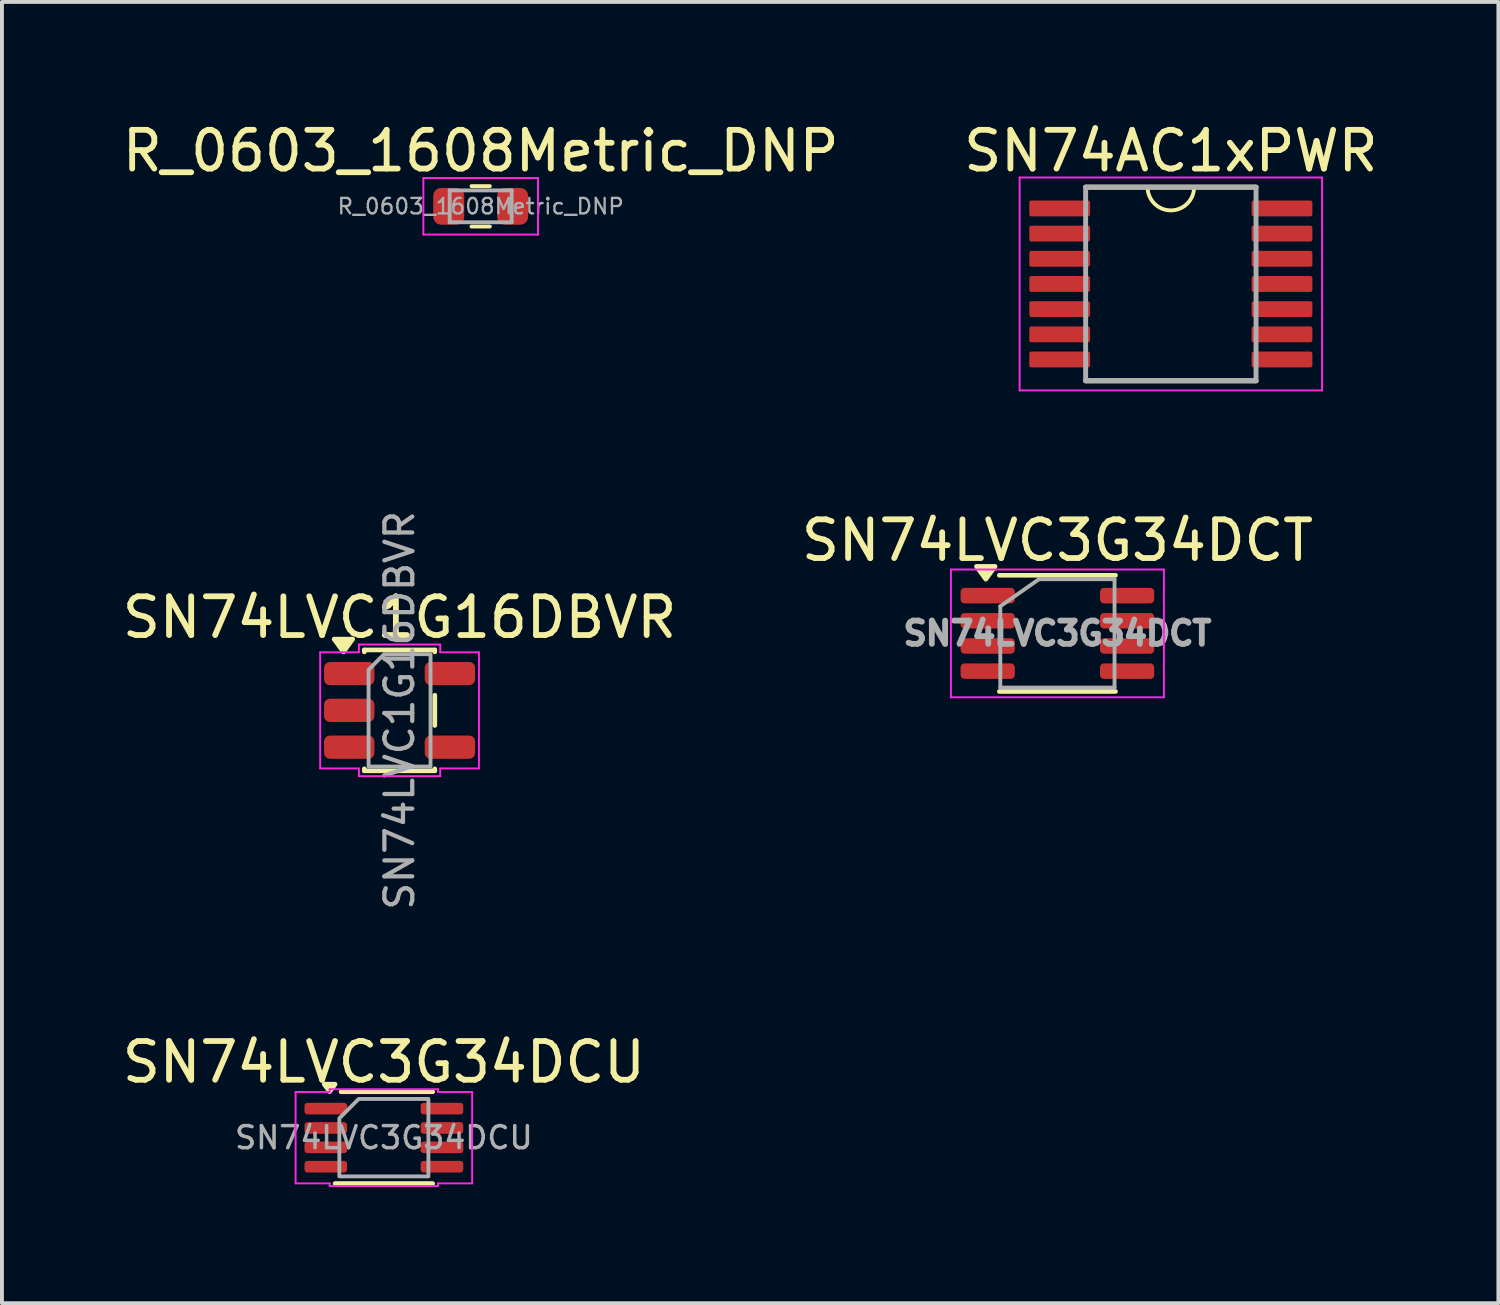
<source format=kicad_pcb>
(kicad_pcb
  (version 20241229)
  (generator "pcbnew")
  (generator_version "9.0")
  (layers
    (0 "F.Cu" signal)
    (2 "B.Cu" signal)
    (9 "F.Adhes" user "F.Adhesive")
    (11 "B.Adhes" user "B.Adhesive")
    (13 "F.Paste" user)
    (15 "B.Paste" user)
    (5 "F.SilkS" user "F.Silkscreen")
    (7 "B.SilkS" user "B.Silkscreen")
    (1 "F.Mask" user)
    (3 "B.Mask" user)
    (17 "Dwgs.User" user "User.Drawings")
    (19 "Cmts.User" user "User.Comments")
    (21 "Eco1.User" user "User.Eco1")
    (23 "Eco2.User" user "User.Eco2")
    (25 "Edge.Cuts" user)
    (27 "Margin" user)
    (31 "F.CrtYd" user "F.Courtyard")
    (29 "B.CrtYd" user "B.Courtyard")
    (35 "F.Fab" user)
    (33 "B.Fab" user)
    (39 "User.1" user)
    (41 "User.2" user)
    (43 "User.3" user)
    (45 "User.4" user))
  (footprint "SN74LVC3G34DCT"
    (layer "F.Cu")
    (at 24.256 13.306)
    (property "Reference" "SN74LVC3G34DCT" (at 0 -2.4 0) (layer "F.SilkS") (effects (font (size 1 1) (thickness 0.15))))
    (attr smd)
    (fp_line (start 1.5 -1.5) (end -1.5 -1.5) (stroke (width 0.12) (type solid)) (layer "F.SilkS"))
    (fp_line (start 1.5 1.5) (end -1.5 1.5) (stroke (width 0.12) (type solid)) (layer "F.SilkS"))
    (fp_poly (pts (xy -1.85 -1.4) (xy -2.09 -1.73) (xy -1.61 -1.73) (xy -1.85 -1.4)) (stroke (width 0.12) (type solid)) (fill yes) (layer "F.SilkS"))
    (fp_line (start -2.75 -1.65) (end 2.75 -1.65) (stroke (width 0.05) (type solid)) (layer "F.CrtYd"))
    (fp_line (start -2.75 1.65) (end -2.75 -1.65) (stroke (width 0.05) (type solid)) (layer "F.CrtYd"))
    (fp_line (start 2.75 -1.65) (end 2.75 1.65) (stroke (width 0.05) (type solid)) (layer "F.CrtYd"))
    (fp_line (start 2.75 1.65) (end -2.75 1.65) (stroke (width 0.05) (type solid)) (layer "F.CrtYd"))
    (fp_line (start -1.475 1.4) (end -1.475 -0.7) (stroke (width 0.1) (type solid)) (layer "F.Fab"))
    (fp_line (start -0.475 -1.4) (end -1.475 -0.7) (stroke (width 0.1) (type solid)) (layer "F.Fab"))
    (fp_line (start -0.475 -1.4) (end 1.475 -1.4) (stroke (width 0.1) (type solid)) (layer "F.Fab"))
    (fp_line (start 1.475 -1.4) (end 1.475 1.4) (stroke (width 0.1) (type solid)) (layer "F.Fab"))
    (fp_line (start 1.475 1.4) (end -1.475 1.4) (stroke (width 0.1) (type solid)) (layer "F.Fab"))
    (fp_text user "${REFERENCE}" (at 0 0 0) (layer "F.Fab") (effects (font (size 0.6 0.6) (thickness 0.15))))
    (pad "1" smd roundrect (at -1.8 -0.975 270) (size 0.4 1.4) (layers "F.Cu" "F.Mask" "F.Paste") (roundrect_rratio 0.25))
    (pad "2" smd roundrect (at -1.8 -0.325 270) (size 0.4 1.4) (layers "F.Cu" "F.Mask" "F.Paste") (roundrect_rratio 0.25))
    (pad "3" smd roundrect (at -1.8 0.325 270) (size 0.4 1.4) (layers "F.Cu" "F.Mask" "F.Paste") (roundrect_rratio 0.25))
    (pad "4" smd roundrect (at -1.8 0.975 270) (size 0.4 1.4) (layers "F.Cu" "F.Mask" "F.Paste") (roundrect_rratio 0.25))
    (pad "5" smd roundrect (at 1.8 0.975 270) (size 0.4 1.4) (layers "F.Cu" "F.Mask" "F.Paste") (roundrect_rratio 0.25))
    (pad "6" smd roundrect (at 1.8 0.325 270) (size 0.4 1.4) (layers "F.Cu" "F.Mask" "F.Paste") (roundrect_rratio 0.25))
    (pad "7" smd roundrect (at 1.8 -0.325 270) (size 0.4 1.4) (layers "F.Cu" "F.Mask" "F.Paste") (roundrect_rratio 0.25))
    (pad "8" smd roundrect (at 1.8 -0.975 270) (size 0.4 1.4) (layers "F.Cu" "F.Mask" "F.Paste") (roundrect_rratio 0.25)))
  (footprint "R_0603_1608Metric_DNP"
    (layer "F.Cu")
    (at 9.363 2.278)
    (property "Reference" "R_0603_1608Metric_DNP" (at 0 -1.43 0) (layer "F.SilkS") (effects (font (size 1 1) (thickness 0.15))))
    (attr smd)
    (fp_line (start -0.237 -0.522) (end 0.237 -0.522) (stroke (width 0.1) (type default)) (layer "F.SilkS"))
    (fp_line (start -0.237 0.522) (end 0.237 0.522) (stroke (width 0.1) (type default)) (layer "F.SilkS"))
    (fp_line (start -1.48 -0.73) (end 1.48 -0.73) (stroke (width 0.05) (type solid)) (layer "F.CrtYd"))
    (fp_line (start -1.48 0.73) (end -1.48 -0.73) (stroke (width 0.05) (type solid)) (layer "F.CrtYd"))
    (fp_line (start 1.48 -0.73) (end 1.48 0.73) (stroke (width 0.05) (type solid)) (layer "F.CrtYd"))
    (fp_line (start 1.48 0.73) (end -1.48 0.73) (stroke (width 0.05) (type solid)) (layer "F.CrtYd"))
    (fp_line (start -0.8 -0.412) (end 0.8 -0.412) (stroke (width 0.1) (type solid)) (layer "F.Fab"))
    (fp_line (start -0.8 0.412) (end -0.8 -0.412) (stroke (width 0.1) (type solid)) (layer "F.Fab"))
    (fp_line (start 0.8 -0.412) (end 0.8 0.412) (stroke (width 0.1) (type solid)) (layer "F.Fab"))
    (fp_line (start 0.8 0.412) (end -0.8 0.412) (stroke (width 0.1) (type solid)) (layer "F.Fab"))
    (fp_text user "${REFERENCE}" (at 0 0 0) (layer "F.Fab") (effects (font (size 0.4 0.4) (thickness 0.06))))
    (pad "1" smd roundrect (at -0.825 0) (size 0.8 0.95) (layers "F.Cu" "F.Mask" "F.Paste") (roundrect_rratio 0.25))
    (pad "2" smd roundrect (at 0.825 0) (size 0.8 0.95) (layers "F.Cu" "F.Mask" "F.Paste") (roundrect_rratio 0.25)))
  (footprint "SN74LVC1G16DBVR"
    (layer "F.Cu")
    (at 7.268 15.294)
    (property "Reference" "SN74LVC1G16DBVR" (at 0 -2.4 0) (layer "F.SilkS") (effects (font (size 1 1) (thickness 0.15))))
    (attr smd)
    (fp_line (start -0.91 -1.56) (end 0.91 -1.56) (stroke (width 0.12) (type solid)) (layer "F.SilkS"))
    (fp_line (start -0.91 -1.51) (end -0.91 -1.56) (stroke (width 0.12) (type solid)) (layer "F.SilkS"))
    (fp_line (start -0.91 1.56) (end -0.91 1.51) (stroke (width 0.12) (type solid)) (layer "F.SilkS"))
    (fp_line (start 0.91 -1.56) (end 0.91 -1.51) (stroke (width 0.12) (type solid)) (layer "F.SilkS"))
    (fp_line (start 0.91 -0.39) (end 0.91 0.39) (stroke (width 0.12) (type solid)) (layer "F.SilkS"))
    (fp_line (start 0.91 1.51) (end 0.91 1.56) (stroke (width 0.12) (type solid)) (layer "F.SilkS"))
    (fp_line (start 0.91 1.56) (end -0.91 1.56) (stroke (width 0.12) (type solid)) (layer "F.SilkS"))
    (fp_poly (pts (xy -1.45 -1.51) (xy -1.69 -1.84) (xy -1.21 -1.84)) (stroke (width 0.12) (type solid)) (fill yes) (layer "F.SilkS"))
    (fp_line (start -2.05 -1.5) (end -1.05 -1.5) (stroke (width 0.05) (type solid)) (layer "F.CrtYd"))
    (fp_line (start -2.05 1.5) (end -2.05 -1.5) (stroke (width 0.05) (type solid)) (layer "F.CrtYd"))
    (fp_line (start -1.05 -1.7) (end 1.05 -1.7) (stroke (width 0.05) (type solid)) (layer "F.CrtYd"))
    (fp_line (start -1.05 -1.5) (end -1.05 -1.7) (stroke (width 0.05) (type solid)) (layer "F.CrtYd"))
    (fp_line (start -1.05 1.5) (end -2.05 1.5) (stroke (width 0.05) (type solid)) (layer "F.CrtYd"))
    (fp_line (start -1.05 1.7) (end -1.05 1.5) (stroke (width 0.05) (type solid)) (layer "F.CrtYd"))
    (fp_line (start 1.05 -1.7) (end 1.05 -1.5) (stroke (width 0.05) (type solid)) (layer "F.CrtYd"))
    (fp_line (start 1.05 -1.5) (end 2.05 -1.5) (stroke (width 0.05) (type solid)) (layer "F.CrtYd"))
    (fp_line (start 1.05 1.5) (end 1.05 1.7) (stroke (width 0.05) (type solid)) (layer "F.CrtYd"))
    (fp_line (start 1.05 1.7) (end -1.05 1.7) (stroke (width 0.05) (type solid)) (layer "F.CrtYd"))
    (fp_line (start 2.05 -1.5) (end 2.05 1.5) (stroke (width 0.05) (type solid)) (layer "F.CrtYd"))
    (fp_line (start 2.05 1.5) (end 1.05 1.5) (stroke (width 0.05) (type solid)) (layer "F.CrtYd"))
    (fp_poly (pts (xy -0.8 -1.05) (xy -0.8 1.45) (xy 0.8 1.45) (xy 0.8 -1.45) (xy -0.4 -1.45)) (stroke (width 0.1) (type solid)) (fill no) (layer "F.Fab"))
    (fp_text user "${REFERENCE}" (at 0 0 90) (layer "F.Fab") (effects (font (size 0.72 0.72) (thickness 0.11))))
    (pad "1" smd roundrect (at -1.3 -0.95) (size 1.3 0.6) (layers "F.Cu" "F.Mask" "F.Paste") (roundrect_rratio 0.25))
    (pad "2" smd roundrect (at -1.3 0) (size 1.3 0.6) (layers "F.Cu" "F.Mask" "F.Paste") (roundrect_rratio 0.25))
    (pad "3" smd roundrect (at -1.3 0.95) (size 1.3 0.6) (layers "F.Cu" "F.Mask" "F.Paste") (roundrect_rratio 0.25))
    (pad "4" smd roundrect (at 1.3 0.95) (size 1.3 0.6) (layers "F.Cu" "F.Mask" "F.Paste") (roundrect_rratio 0.25))
    (pad "5" smd roundrect (at 1.3 -0.95) (size 1.3 0.6) (layers "F.Cu" "F.Mask" "F.Paste") (roundrect_rratio 0.25)))
  (footprint "SN74LVC3G34DCU"
    (layer "F.Cu")
    (at 6.863 26.328)
    (property "Reference" "SN74LVC3G34DCU" (at 0 -1.95 0) (layer "F.SilkS") (effects (font (size 1 1) (thickness 0.15))))
    (attr smd)
    (fp_line (start -1.106 -1.185) (end 1.26 -1.185) (stroke (width 0.12) (type solid)) (layer "F.SilkS"))
    (fp_line (start 1.26 1.185) (end -1.26 1.185) (stroke (width 0.12) (type solid)) (layer "F.SilkS"))
    (fp_poly (pts (xy -1.4 -1.19) (xy -1.54 -1.38) (xy -1.26 -1.38)) (stroke (width 0.12) (type solid)) (fill yes) (layer "F.SilkS"))
    (fp_line (start -2.28 -1.18) (end -1.4 -1.18) (stroke (width 0.05) (type solid)) (layer "F.CrtYd"))
    (fp_line (start -2.28 1.18) (end -2.28 -1.18) (stroke (width 0.05) (type solid)) (layer "F.CrtYd"))
    (fp_line (start -1.4 -1.25) (end 1.4 -1.25) (stroke (width 0.05) (type solid)) (layer "F.CrtYd"))
    (fp_line (start -1.4 -1.18) (end -1.4 -1.25) (stroke (width 0.05) (type solid)) (layer "F.CrtYd"))
    (fp_line (start -1.4 1.18) (end -2.28 1.18) (stroke (width 0.05) (type solid)) (layer "F.CrtYd"))
    (fp_line (start -1.4 1.25) (end -1.4 1.18) (stroke (width 0.05) (type solid)) (layer "F.CrtYd"))
    (fp_line (start 1.4 -1.25) (end 1.4 -1.18) (stroke (width 0.05) (type solid)) (layer "F.CrtYd"))
    (fp_line (start 1.4 -1.18) (end 2.28 -1.18) (stroke (width 0.05) (type solid)) (layer "F.CrtYd"))
    (fp_line (start 1.4 1.18) (end 1.4 1.25) (stroke (width 0.05) (type solid)) (layer "F.CrtYd"))
    (fp_line (start 1.4 1.25) (end -1.4 1.25) (stroke (width 0.05) (type solid)) (layer "F.CrtYd"))
    (fp_line (start 2.28 -1.18) (end 2.28 1.18) (stroke (width 0.05) (type solid)) (layer "F.CrtYd"))
    (fp_line (start 2.28 1.18) (end 1.4 1.18) (stroke (width 0.05) (type solid)) (layer "F.CrtYd"))
    (fp_poly (pts (xy -1.15 -0.5) (xy -1.15 1) (xy 1.15 1) (xy 1.15 -1) (xy -0.65 -1)) (stroke (width 0.1) (type solid)) (fill no) (layer "F.Fab"))
    (fp_text user "${REFERENCE}" (at 0 0 0) (layer "F.Fab") (effects (font (size 0.57 0.57) (thickness 0.09))))
    (pad "1" smd roundrect (at -1.5 -0.75) (size 1.1 0.3) (layers "F.Cu" "F.Mask" "F.Paste") (roundrect_rratio 0.25))
    (pad "2" smd roundrect (at -1.5 -0.25) (size 1.1 0.3) (layers "F.Cu" "F.Mask" "F.Paste") (roundrect_rratio 0.25))
    (pad "3" smd roundrect (at -1.5 0.25) (size 1.1 0.3) (layers "F.Cu" "F.Mask" "F.Paste") (roundrect_rratio 0.25))
    (pad "4" smd roundrect (at -1.5 0.75) (size 1.1 0.3) (layers "F.Cu" "F.Mask" "F.Paste") (roundrect_rratio 0.25))
    (pad "5" smd roundrect (at 1.5 0.75) (size 1.1 0.3) (layers "F.Cu" "F.Mask" "F.Paste") (roundrect_rratio 0.25))
    (pad "6" smd roundrect (at 1.5 0.25) (size 1.1 0.3) (layers "F.Cu" "F.Mask" "F.Paste") (roundrect_rratio 0.25))
    (pad "7" smd roundrect (at 1.5 -0.25) (size 1.1 0.3) (layers "F.Cu" "F.Mask" "F.Paste") (roundrect_rratio 0.25))
    (pad "8" smd roundrect (at 1.5 -0.75) (size 1.1 0.3) (layers "F.Cu" "F.Mask" "F.Paste") (roundrect_rratio 0.25)))
  (footprint "SN74AC1xPWR"
    (layer "F.Cu")
    (at 27.185 4.283)
    (property "Reference" "SN74AC1xPWR" (at 0 -3.435 0) (layer "F.SilkS") (effects (font (size 1 1) (thickness 0.15))))
    (attr smd)
    (fp_line (start -2.2 -2.5) (end 2.2 -2.5) (stroke (width 0.127) (type solid)) (layer "F.SilkS"))
    (fp_line (start -2.2 2.5) (end 2.2 2.5) (stroke (width 0.127) (type solid)) (layer "F.SilkS"))
    (fp_arc (start 0.6 -2.5) (mid 0 -1.9) (end -0.6 -2.5) (stroke (width 0.1) (type default)) (layer "F.SilkS"))
    (fp_line (start -3.905 -2.75) (end -3.905 2.75) (stroke (width 0.05) (type solid)) (layer "F.CrtYd"))
    (fp_line (start -3.905 -2.75) (end 3.905 -2.75) (stroke (width 0.05) (type solid)) (layer "F.CrtYd"))
    (fp_line (start -3.905 2.75) (end 3.905 2.75) (stroke (width 0.05) (type solid)) (layer "F.CrtYd"))
    (fp_line (start 3.905 -2.75) (end 3.905 2.75) (stroke (width 0.05) (type solid)) (layer "F.CrtYd"))
    (fp_line (start -2.2 -2.5) (end -2.2 2.5) (stroke (width 0.127) (type solid)) (layer "F.Fab"))
    (fp_line (start -2.2 -2.5) (end 2.2 -2.5) (stroke (width 0.127) (type solid)) (layer "F.Fab"))
    (fp_line (start -2.2 2.5) (end 2.2 2.5) (stroke (width 0.127) (type solid)) (layer "F.Fab"))
    (fp_line (start 2.2 -2.5) (end 2.2 2.5) (stroke (width 0.127) (type solid)) (layer "F.Fab"))
    (pad "1" smd roundrect (at -2.87 -1.95) (size 1.57 0.41) (layers "F.Cu" "F.Mask" "F.Paste") (roundrect_rratio 0.125))
    (pad "2" smd roundrect (at -2.87 -1.3) (size 1.57 0.41) (layers "F.Cu" "F.Mask" "F.Paste") (roundrect_rratio 0.125))
    (pad "3" smd roundrect (at -2.87 -0.65) (size 1.57 0.41) (layers "F.Cu" "F.Mask" "F.Paste") (roundrect_rratio 0.125))
    (pad "4" smd roundrect (at -2.87 0) (size 1.57 0.41) (layers "F.Cu" "F.Mask" "F.Paste") (roundrect_rratio 0.125))
    (pad "5" smd roundrect (at -2.87 0.65) (size 1.57 0.41) (layers "F.Cu" "F.Mask" "F.Paste") (roundrect_rratio 0.125))
    (pad "6" smd roundrect (at -2.87 1.3) (size 1.57 0.41) (layers "F.Cu" "F.Mask" "F.Paste") (roundrect_rratio 0.125))
    (pad "7" smd roundrect (at -2.87 1.95) (size 1.57 0.41) (layers "F.Cu" "F.Mask" "F.Paste") (roundrect_rratio 0.125))
    (pad "8" smd roundrect (at 2.87 1.95) (size 1.57 0.41) (layers "F.Cu" "F.Mask" "F.Paste") (roundrect_rratio 0.125))
    (pad "9" smd roundrect (at 2.87 1.3) (size 1.57 0.41) (layers "F.Cu" "F.Mask" "F.Paste") (roundrect_rratio 0.125))
    (pad "10" smd roundrect (at 2.87 0.65) (size 1.57 0.41) (layers "F.Cu" "F.Mask" "F.Paste") (roundrect_rratio 0.125))
    (pad "11" smd roundrect (at 2.87 0) (size 1.57 0.41) (layers "F.Cu" "F.Mask" "F.Paste") (roundrect_rratio 0.125))
    (pad "12" smd roundrect (at 2.87 -0.65) (size 1.57 0.41) (layers "F.Cu" "F.Mask" "F.Paste") (roundrect_rratio 0.125))
    (pad "13" smd roundrect (at 2.87 -1.3) (size 1.57 0.41) (layers "F.Cu" "F.Mask" "F.Paste") (roundrect_rratio 0.125))
    (pad "14" smd roundrect (at 2.87 -1.95) (size 1.57 0.41) (layers "F.Cu" "F.Mask" "F.Paste") (roundrect_rratio 0.125)))
  (gr_rect
    (start -3 -3)
    (end 35.643 30.603)
    (stroke (width 0.1) (type default))
    (fill no)
    (layer "Edge.Cuts")))
</source>
